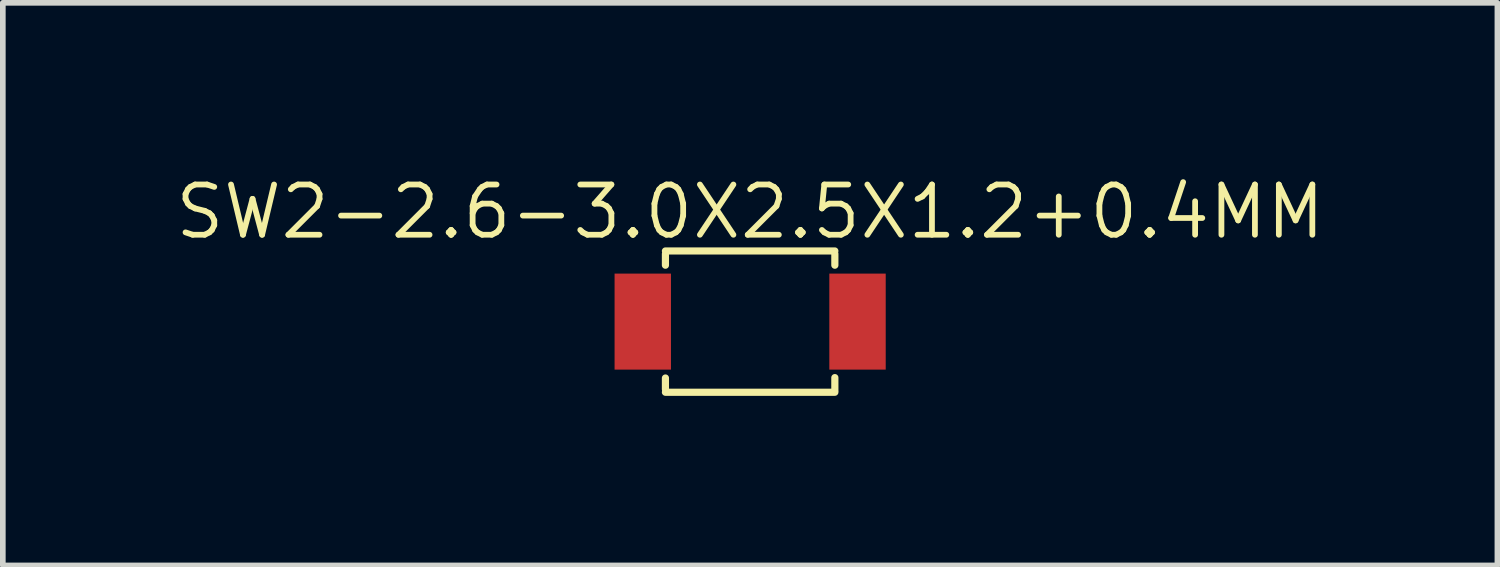
<source format=kicad_pcb>
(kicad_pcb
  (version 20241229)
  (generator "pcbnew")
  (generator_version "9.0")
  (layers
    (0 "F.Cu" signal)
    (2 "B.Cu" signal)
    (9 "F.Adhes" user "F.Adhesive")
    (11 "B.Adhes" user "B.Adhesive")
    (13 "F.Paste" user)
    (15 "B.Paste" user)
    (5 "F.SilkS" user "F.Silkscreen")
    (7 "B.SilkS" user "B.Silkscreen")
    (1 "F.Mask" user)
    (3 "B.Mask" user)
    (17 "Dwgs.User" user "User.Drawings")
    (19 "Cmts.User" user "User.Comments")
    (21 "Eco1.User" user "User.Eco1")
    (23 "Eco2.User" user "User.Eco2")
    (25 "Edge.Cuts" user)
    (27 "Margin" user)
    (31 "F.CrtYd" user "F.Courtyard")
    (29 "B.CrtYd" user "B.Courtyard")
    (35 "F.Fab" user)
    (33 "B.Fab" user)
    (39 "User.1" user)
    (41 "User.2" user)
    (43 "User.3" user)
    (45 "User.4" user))
  (footprint "SW2-2.6-3.0X2.5X1.2+0.4MM"
    (layer "F.Cu")
    (at 10.224 2.641)
    (property "Reference" "SW2-2.6-3.0X2.5X1.2+0.4MM" (at 0 -1.943 0) (layer "F.SilkS") (effects (font (size 0.889 0.889) (thickness 0.102))))
    (attr smd)
    (fp_line (start -1.499 -1.199) (end -1.499 -0.998) (stroke (width 0.127) (type solid)) (layer "F.SilkS"))
    (fp_line (start -1.499 1.199) (end -1.499 0.998) (stroke (width 0.127) (type solid)) (layer "F.SilkS"))
    (fp_line (start -1.499 1.25) (end 1.499 1.25) (stroke (width 0.127) (type solid)) (layer "F.SilkS"))
    (fp_line (start 1.499 -1.25) (end -1.499 -1.25) (stroke (width 0.127) (type solid)) (layer "F.SilkS"))
    (fp_line (start 1.499 -1.199) (end 1.499 -0.998) (stroke (width 0.127) (type solid)) (layer "F.SilkS"))
    (fp_line (start 1.499 1.217) (end 1.499 0.991) (stroke (width 0.127) (type solid)) (layer "F.SilkS"))
    (pad "1" smd rect (at -1.9 0 90) (size 1.699 0.998) (layers "F.Cu" "F.Mask" "F.Paste"))
    (pad "2" smd rect (at 1.9 0 90) (size 1.699 0.998) (layers "F.Cu" "F.Mask" "F.Paste")))
  (gr_rect
    (start -3 -3)
    (end 23.447 6.955)
    (stroke (width 0.1) (type default))
    (fill no)
    (layer "Edge.Cuts")))
</source>
